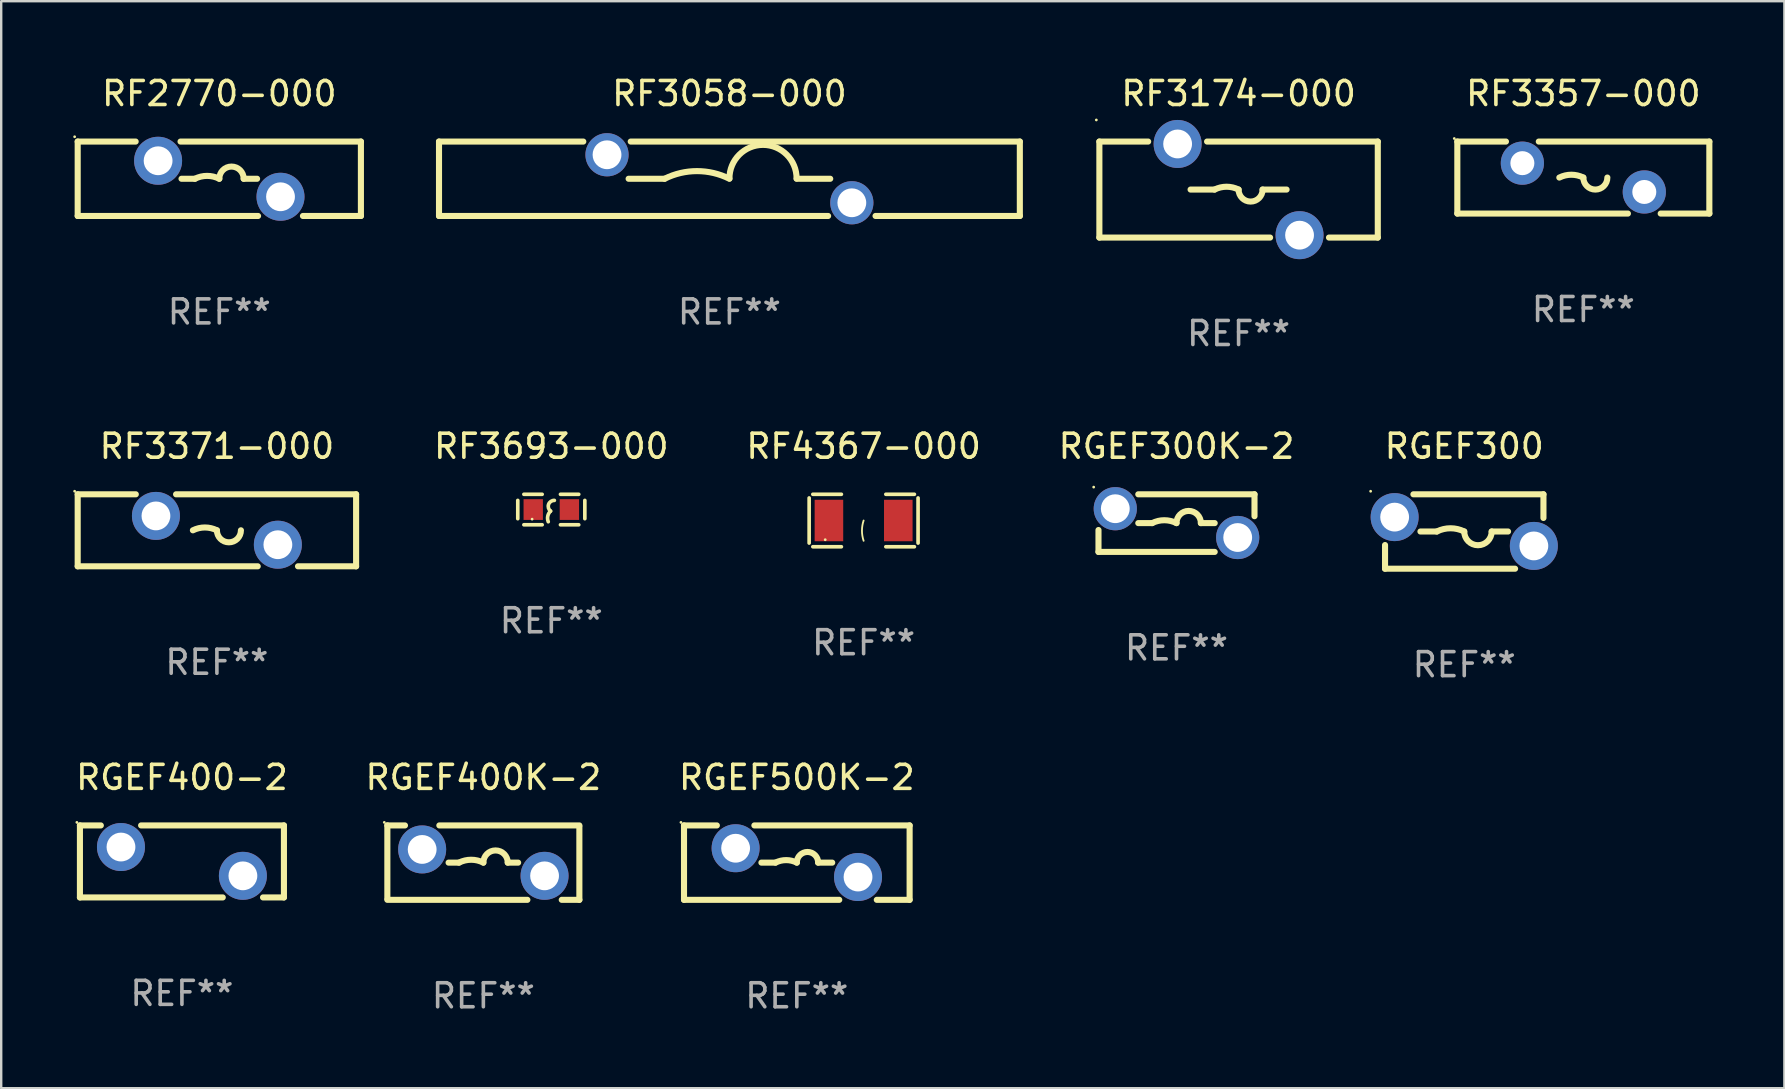
<source format=kicad_pcb>
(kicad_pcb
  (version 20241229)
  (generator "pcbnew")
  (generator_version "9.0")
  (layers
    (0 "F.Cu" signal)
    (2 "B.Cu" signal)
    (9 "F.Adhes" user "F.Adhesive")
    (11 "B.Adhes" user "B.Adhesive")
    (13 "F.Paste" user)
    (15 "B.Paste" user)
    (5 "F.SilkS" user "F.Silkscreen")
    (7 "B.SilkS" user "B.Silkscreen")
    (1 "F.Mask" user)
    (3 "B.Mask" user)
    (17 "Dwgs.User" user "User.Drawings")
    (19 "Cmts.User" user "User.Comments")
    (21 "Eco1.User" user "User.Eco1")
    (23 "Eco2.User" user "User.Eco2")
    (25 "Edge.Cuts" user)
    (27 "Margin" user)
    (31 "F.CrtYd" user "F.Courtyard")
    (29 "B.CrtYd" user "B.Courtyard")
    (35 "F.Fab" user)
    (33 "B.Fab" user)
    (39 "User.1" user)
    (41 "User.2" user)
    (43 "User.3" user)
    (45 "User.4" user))
  (footprint "RF2770-000"
    (layer "F.Cu")
    (at 6.087 4.398)
    (property "Reference" "RF2770-000" (at 0 -3.55 0) (layer "F.SilkS") (effects (font (size 1 1) (thickness 0.15))))
    (attr through_hole)
    (fp_line (start -5.9 -1.55) (end -3.485 -1.55) (stroke (width 0.254) (type solid)) (layer "F.SilkS"))
    (fp_line (start -5.9 1.55) (end -5.9 -1.55) (stroke (width 0.254) (type solid)) (layer "F.SilkS"))
    (fp_line (start -5.9 1.55) (end 1.615 1.55) (stroke (width 0.254) (type solid)) (layer "F.SilkS"))
    (fp_line (start -1.615 -1.55) (end 5.9 -1.55) (stroke (width 0.254) (type solid)) (layer "F.SilkS"))
    (fp_line (start -1.574 0) (end -1.016 0) (stroke (width 0.254) (type solid)) (layer "F.SilkS"))
    (fp_line (start 1.574 0) (end 1.016 0) (stroke (width 0.254) (type solid)) (layer "F.SilkS"))
    (fp_line (start 3.485 1.55) (end 5.9 1.55) (stroke (width 0.254) (type solid)) (layer "F.SilkS"))
    (fp_line (start 5.9 -1.55) (end 5.9 1.55) (stroke (width 0.254) (type solid)) (layer "F.SilkS"))
    (fp_arc (start -1.016002 0) (mid -0.508001 -0.119923) (end 0 0) (stroke (width 0.254001) (type solid)) (layer "F.SilkS"))
    (fp_arc (start 0 0) (mid 0.508001 -0.508001) (end 1.016002 0) (stroke (width 0.254001) (type solid)) (layer "F.SilkS"))
    (fp_circle (center -6.027 -1.75) (end -5.997 -1.75) (stroke (width 0.06) (type solid)) (fill no) (layer "F.SilkS"))
    (fp_text user "REF**" (at 0 5.55 0) (layer "F.Fab") (effects (font (size 1 1) (thickness 0.15))))
    (pad "1" thru_hole circle (at -2.55 -0.75) (size 2 2) (drill 1.2) (layers "*.Cu" "*.Mask"))
    (pad "2" thru_hole circle (at 2.55 0.75) (size 2 2) (drill 1.2) (layers "*.Cu" "*.Mask")))
  (footprint "RF4367-000"
    (layer "F.Cu")
    (at 32.932 18.637)
    (property "Reference" "RF4367-000" (at 0 -3.093 0) (layer "F.SilkS") (effects (font (size 1 1) (thickness 0.15))))
    (attr through_hole)
    (fp_line (start -2.269 -0.94) (end -2.269 0.94) (stroke (width 0.152) (type solid)) (layer "F.SilkS"))
    (fp_line (start -2.116 1.093) (end -0.926 1.093) (stroke (width 0.152) (type solid)) (layer "F.SilkS"))
    (fp_line (start -0.926 -1.093) (end -2.116 -1.093) (stroke (width 0.152) (type solid)) (layer "F.SilkS"))
    (fp_line (start 0.926 -1.093) (end 2.116 -1.093) (stroke (width 0.152) (type solid)) (layer "F.SilkS"))
    (fp_line (start 2.116 1.093) (end 0.926 1.093) (stroke (width 0.152) (type solid)) (layer "F.SilkS"))
    (fp_line (start 2.269 -0.94) (end 2.269 0.94) (stroke (width 0.152) (type solid)) (layer "F.SilkS"))
    (fp_arc (start 0 0.844951) (mid -0.068559 0.422475) (end 0 0) (stroke (width 0.0762) (type solid)) (layer "F.SilkS"))
    (fp_circle (center -1.6 0.8) (end -1.57 0.8) (stroke (width 0.06) (type solid)) (fill no) (layer "F.SilkS"))
    (fp_text user "REF**" (at 0 5.093 0) (layer "F.Fab") (effects (font (size 1 1) (thickness 0.15))))
    (pad "1" smd rect (at -1.445 0) (size 1.19 1.728) (layers "F.Cu" "F.Mask" "F.Paste"))
    (pad "2" smd rect (at 1.445 0) (size 1.19 1.728) (layers "F.Cu" "F.Mask" "F.Paste")))
  (footprint "RF3058-000"
    (layer "F.Cu")
    (at 27.341 4.398)
    (property "Reference" "RF3058-000" (at 0 -3.55 0) (layer "F.SilkS") (effects (font (size 1 1) (thickness 0.15))))
    (attr through_hole)
    (fp_line (start -12.1 -1.55) (end -6.088 -1.55) (stroke (width 0.254) (type solid)) (layer "F.SilkS"))
    (fp_line (start -12.1 1.55) (end -12.1 -1.55) (stroke (width 0.254) (type solid)) (layer "F.SilkS"))
    (fp_line (start -4.112 -1.55) (end 12.1 -1.55) (stroke (width 0.254) (type solid)) (layer "F.SilkS"))
    (fp_line (start -2.7 -0.000013) (end -4.2 -0.000013) (stroke (width 0.254) (type solid)) (layer "F.SilkS"))
    (fp_line (start 2.8 -0.000013) (end 4.2 -0.000013) (stroke (width 0.254) (type solid)) (layer "F.SilkS"))
    (fp_line (start 4.112 1.55) (end -12.1 1.55) (stroke (width 0.254) (type solid)) (layer "F.SilkS"))
    (fp_line (start 12.1 -1.55) (end 12.1 1.55) (stroke (width 0.254) (type solid)) (layer "F.SilkS"))
    (fp_line (start 12.1 1.55) (end 6.088 1.55) (stroke (width 0.254) (type solid)) (layer "F.SilkS"))
    (fp_arc (start -2.700025 -0.000013) (mid -1.350012 -0.318707) (end 0.000001 -0.000012) (stroke (width 0.254001) (type solid)) (layer "F.SilkS"))
    (fp_arc (start 0 -0.012713) (mid 1.399543 -1.411748) (end 2.799086 -0.012713) (stroke (width 0.254001) (type solid)) (layer "F.SilkS"))
    (fp_circle (center -12.1 -1.55) (end -12.07 -1.55) (stroke (width 0.06) (type solid)) (fill no) (layer "F.SilkS"))
    (fp_text user "REF**" (at 0 5.55 0) (layer "F.Fab") (effects (font (size 1 1) (thickness 0.15))))
    (pad "1" thru_hole circle (at -5.1 -1) (size 1.8 1.8) (drill 1.2) (layers "*.Cu" "*.Mask"))
    (pad "2" thru_hole circle (at 5.1 1) (size 1.8 1.8) (drill 1.2) (layers "*.Cu" "*.Mask")))
  (footprint "RGEF300K-2"
    (layer "F.Cu")
    (at 45.968 18.745)
    (property "Reference" "RGEF300K-2" (at 0 -3.2 0) (layer "F.SilkS") (effects (font (size 1 1) (thickness 0.15))))
    (attr through_hole)
    (fp_line (start -3.25 1.2) (end -3.25 0.288) (stroke (width 0.254) (type solid)) (layer "F.SilkS"))
    (fp_line (start -3.25 1.2) (end 1.592 1.2) (stroke (width 0.254) (type solid)) (layer "F.SilkS"))
    (fp_line (start -1.592 0) (end -1.016 0) (stroke (width 0.254) (type solid)) (layer "F.SilkS"))
    (fp_line (start 1.592 0) (end 1.016 0) (stroke (width 0.254) (type solid)) (layer "F.SilkS"))
    (fp_line (start 3.25 -1.2) (end -1.592 -1.2) (stroke (width 0.254) (type solid)) (layer "F.SilkS"))
    (fp_line (start 3.25 -0.288) (end 3.25 -1.2) (stroke (width 0.254) (type solid)) (layer "F.SilkS"))
    (fp_arc (start -1.016002 0) (mid -0.508001 -0.119923) (end 0 0) (stroke (width 0.254001) (type solid)) (layer "F.SilkS"))
    (fp_arc (start 0 0) (mid 0.508001 -0.508001) (end 1.016002 0) (stroke (width 0.254001) (type solid)) (layer "F.SilkS"))
    (fp_circle (center -3.45 -1.5) (end -3.42 -1.5) (stroke (width 0.06) (type solid)) (fill no) (layer "F.SilkS"))
    (fp_text user "REF**" (at 0 5.2 0) (layer "F.Fab") (effects (font (size 1 1) (thickness 0.15))))
    (pad "1" thru_hole circle (at -2.55 -0.6) (size 1.8 1.8) (drill 1.2) (layers "*.Cu" "*.Mask"))
    (pad "2" thru_hole circle (at 2.55 0.6) (size 1.8 1.8) (drill 1.2) (layers "*.Cu" "*.Mask")))
  (footprint "RF3357-000"
    (layer "F.Cu")
    (at 62.919 4.348)
    (property "Reference" "RF3357-000" (at 0 -3.5 0) (layer "F.SilkS") (effects (font (size 1 1) (thickness 0.15))))
    (attr through_hole)
    (fp_line (start -5.25 -1.5) (end -3.224 -1.5) (stroke (width 0.254) (type solid)) (layer "F.SilkS"))
    (fp_line (start -5.25 1.5) (end -5.25 -1.5) (stroke (width 0.254) (type solid)) (layer "F.SilkS"))
    (fp_line (start -1.856 -1.5) (end 5.25 -1.5) (stroke (width 0.254) (type solid)) (layer "F.SilkS"))
    (fp_line (start 1.857 1.5) (end -5.25 1.5) (stroke (width 0.254) (type solid)) (layer "F.SilkS"))
    (fp_line (start 5.25 -1.5) (end 5.25 1.5) (stroke (width 0.254) (type solid)) (layer "F.SilkS"))
    (fp_line (start 5.25 1.5) (end 3.223 1.5) (stroke (width 0.254) (type solid)) (layer "F.SilkS"))
    (fp_arc (start -1 -0.000127) (mid -0.5 -0.118148) (end 0 -0.000127) (stroke (width 0.254001) (type solid)) (layer "F.SilkS"))
    (fp_arc (start 1.000762 -0.000127) (mid 0.500381 0.5) (end 0 -0.000127) (stroke (width 0.254001) (type solid)) (layer "F.SilkS"))
    (fp_circle (center -5.377 -1.627) (end -5.347 -1.627) (stroke (width 0.06) (type solid)) (fill no) (layer "F.SilkS"))
    (fp_text user "REF**" (at 0 5.5 0) (layer "F.Fab") (effects (font (size 1 1) (thickness 0.15))))
    (pad "1" thru_hole circle (at -2.54 -0.6) (size 1.8 1.8) (drill 1) (layers "*.Cu" "*.Mask"))
    (pad "2" thru_hole circle (at 2.54 0.6) (size 1.8 1.8) (drill 1) (layers "*.Cu" "*.Mask")))
  (footprint "RGEF500K-2"
    (layer "F.Cu")
    (at 30.149 32.891)
    (property "Reference" "RGEF500K-2" (at 0 -3.55 0) (layer "F.SilkS") (effects (font (size 1 1) (thickness 0.15))))
    (attr through_hole)
    (fp_line (start -4.7 -1.55) (end -4.7 1.55) (stroke (width 0.254) (type solid)) (layer "F.SilkS"))
    (fp_line (start -4.7 1.55) (end 1.768 1.55) (stroke (width 0.254) (type solid)) (layer "F.SilkS"))
    (fp_line (start -3.332 -1.55) (end -4.7 -1.55) (stroke (width 0.254) (type solid)) (layer "F.SilkS"))
    (fp_line (start -1.475 0) (end -0.889 0) (stroke (width 0.254) (type solid)) (layer "F.SilkS"))
    (fp_line (start 1.475 0) (end 0.889 0) (stroke (width 0.254) (type solid)) (layer "F.SilkS"))
    (fp_line (start 3.332 1.55) (end 4.7 1.55) (stroke (width 0.254) (type solid)) (layer "F.SilkS"))
    (fp_line (start 4.7 -1.55) (end -1.768 -1.55) (stroke (width 0.254) (type solid)) (layer "F.SilkS"))
    (fp_line (start 4.7 -1.55) (end 4.7 1.55) (stroke (width 0.254) (type solid)) (layer "F.SilkS"))
    (fp_arc (start -0.889002 0) (mid -0.444501 -0.104932) (end 0 0) (stroke (width 0.254001) (type solid)) (layer "F.SilkS"))
    (fp_arc (start 0 0) (mid 0.444501 -0.444501) (end 0.889002 0) (stroke (width 0.254001) (type solid)) (layer "F.SilkS"))
    (fp_circle (center -4.827 -1.677) (end -4.797 -1.677) (stroke (width 0.06) (type solid)) (fill no) (layer "F.SilkS"))
    (fp_text user "REF**" (at 0 5.55 0) (layer "F.Fab") (effects (font (size 1 1) (thickness 0.15))))
    (pad "1" thru_hole circle (at -2.55 -0.6) (size 2 2) (drill 1.2) (layers "*.Cu" "*.Mask"))
    (pad "2" thru_hole circle (at 2.55 0.6) (size 2 2) (drill 1.2) (layers "*.Cu" "*.Mask")))
  (footprint "RF3371-000"
    (layer "F.Cu")
    (at 5.987 19.045)
    (property "Reference" "RF3371-000" (at 0 -3.5 0) (layer "F.SilkS") (effects (font (size 1 1) (thickness 0.15))))
    (attr through_hole)
    (fp_line (start -5.8 -1.5) (end -5.8 1.5) (stroke (width 0.254) (type solid)) (layer "F.SilkS"))
    (fp_line (start -5.8 -1.5) (end -3.379 -1.5) (stroke (width 0.254) (type solid)) (layer "F.SilkS"))
    (fp_line (start -1.701 -1.5) (end 5.8 -1.5) (stroke (width 0.254) (type solid)) (layer "F.SilkS"))
    (fp_line (start 1.701 1.5) (end -5.8 1.5) (stroke (width 0.254) (type solid)) (layer "F.SilkS"))
    (fp_line (start 5.8 -1.5) (end 5.8 1.5) (stroke (width 0.254) (type solid)) (layer "F.SilkS"))
    (fp_line (start 5.8 1.5) (end 3.379 1.5) (stroke (width 0.254) (type solid)) (layer "F.SilkS"))
    (fp_arc (start -1 0) (mid -0.5 -0.118021) (end 0 0) (stroke (width 0.254001) (type solid)) (layer "F.SilkS"))
    (fp_arc (start 1.000762 0) (mid 0.500381 0.500127) (end 0 0) (stroke (width 0.254001) (type solid)) (layer "F.SilkS"))
    (fp_circle (center -5.927 -1.627) (end -5.897 -1.627) (stroke (width 0.06) (type solid)) (fill no) (layer "F.SilkS"))
    (fp_text user "REF**" (at 0 5.5 0) (layer "F.Fab") (effects (font (size 1 1) (thickness 0.15))))
    (pad "1" thru_hole circle (at -2.54 -0.6) (size 2 2) (drill 1.2) (layers "*.Cu" "*.Mask"))
    (pad "2" thru_hole circle (at 2.54 0.6) (size 2 2) (drill 1.2) (layers "*.Cu" "*.Mask")))
  (footprint "RGEF400K-2"
    (layer "F.Cu")
    (at 17.089 32.891)
    (property "Reference" "RGEF400K-2" (at 0 -3.55 0) (layer "F.SilkS") (effects (font (size 1 1) (thickness 0.15))))
    (attr through_hole)
    (fp_line (start -4 -1.55) (end -3.266 -1.55) (stroke (width 0.254) (type solid)) (layer "F.SilkS"))
    (fp_line (start -4 1.5) (end -4 -1.55) (stroke (width 0.254) (type solid)) (layer "F.SilkS"))
    (fp_line (start -1.834 -1.55) (end 4 -1.55) (stroke (width 0.254) (type solid)) (layer "F.SilkS"))
    (fp_line (start -1.449 0) (end -1.016 0) (stroke (width 0.254) (type solid)) (layer "F.SilkS"))
    (fp_line (start 1.449 0) (end 1.016 0) (stroke (width 0.254) (type solid)) (layer "F.SilkS"))
    (fp_line (start 1.834 1.55) (end -4 1.55) (stroke (width 0.254) (type solid)) (layer "F.SilkS"))
    (fp_line (start 4 -1.5) (end 4 1.55) (stroke (width 0.254) (type solid)) (layer "F.SilkS"))
    (fp_line (start 4 1.55) (end 3.266 1.55) (stroke (width 0.254) (type solid)) (layer "F.SilkS"))
    (fp_arc (start -1.016002 0) (mid -0.508001 -0.119923) (end 0 0) (stroke (width 0.254001) (type solid)) (layer "F.SilkS"))
    (fp_arc (start 0 0) (mid 0.508001 -0.508001) (end 1.016002 0) (stroke (width 0.254001) (type solid)) (layer "F.SilkS"))
    (fp_circle (center -4.127 -1.677) (end -4.097 -1.677) (stroke (width 0.06) (type solid)) (fill no) (layer "F.SilkS"))
    (fp_text user "REF**" (at 0 5.55 0) (layer "F.Fab") (effects (font (size 1 1) (thickness 0.15))))
    (pad "1" thru_hole circle (at -2.55 -0.55) (size 2 2) (drill 1.2) (layers "*.Cu" "*.Mask"))
    (pad "2" thru_hole circle (at 2.55 0.55) (size 2 2) (drill 1.2) (layers "*.Cu" "*.Mask")))
  (footprint "RGEF400-2"
    (layer "F.Cu")
    (at 4.53 32.841)
    (property "Reference" "RGEF400-2" (at 0 -3.5 0) (layer "F.SilkS") (effects (font (size 1 1) (thickness 0.15))))
    (attr through_hole)
    (fp_line (start -4.25 -1.5) (end -4.25 1.5) (stroke (width 0.254) (type solid)) (layer "F.SilkS"))
    (fp_line (start -4.25 -1.5) (end -3.379 -1.5) (stroke (width 0.254) (type solid)) (layer "F.SilkS"))
    (fp_line (start -4.25 1.5) (end 1.701 1.5) (stroke (width 0.254) (type solid)) (layer "F.SilkS"))
    (fp_line (start -1.701 -1.5) (end 4.25 -1.5) (stroke (width 0.254) (type solid)) (layer "F.SilkS"))
    (fp_line (start 3.379 1.5) (end 4.25 1.5) (stroke (width 0.254) (type solid)) (layer "F.SilkS"))
    (fp_line (start 4.25 -1.5) (end 4.25 1.5) (stroke (width 0.254) (type solid)) (layer "F.SilkS"))
    (fp_circle (center -4.377 -1.627) (end -4.347 -1.627) (stroke (width 0.06) (type solid)) (fill no) (layer "F.SilkS"))
    (fp_text user "REF**" (at 0 5.5 0) (layer "F.Fab") (effects (font (size 1 1) (thickness 0.15))))
    (pad "1" thru_hole circle (at -2.54 -0.6) (size 2 2) (drill 1.2) (layers "*.Cu" "*.Mask"))
    (pad "2" thru_hole circle (at 2.54 0.6) (size 2 2) (drill 1.2) (layers "*.Cu" "*.Mask")))
  (footprint "RF3693-000"
    (layer "F.Cu")
    (at 19.92 18.18)
    (property "Reference" "RF3693-000" (at 0 -2.635 0) (layer "F.SilkS") (effects (font (size 1 1) (thickness 0.15))))
    (attr through_hole)
    (fp_line (start -1.397 -0.381) (end -1.397 0.381) (stroke (width 0.152) (type solid)) (layer "F.SilkS"))
    (fp_line (start -0.381 -0.635) (end -1.143 -0.635) (stroke (width 0.152) (type solid)) (layer "F.SilkS"))
    (fp_line (start -0.381 0.635) (end -1.143 0.635) (stroke (width 0.152) (type solid)) (layer "F.SilkS"))
    (fp_line (start 0.381 -0.635) (end 1.143 -0.635) (stroke (width 0.152) (type solid)) (layer "F.SilkS"))
    (fp_line (start 0.381 0.635) (end 1.143 0.635) (stroke (width 0.152) (type solid)) (layer "F.SilkS"))
    (fp_line (start 1.397 -0.381) (end 1.397 0.381) (stroke (width 0.152) (type solid)) (layer "F.SilkS"))
    (fp_arc (start -0.127 0.508001) (mid -0.146523 0.271131) (end -0.030861 0.0635) (stroke (width 0.151994) (type solid)) (layer "F.SilkS"))
    (fp_arc (start -0.03175 0.0635) (mid -0.113571 -0.216321) (end 0.127001 -0.381002) (stroke (width 0.151994) (type solid)) (layer "F.SilkS"))
    (fp_circle (center -0.8 0.4) (end -0.77 0.4) (stroke (width 0.06) (type solid)) (fill no) (layer "F.SilkS"))
    (fp_text user "REF**" (at 0 4.635 0) (layer "F.Fab") (effects (font (size 1 1) (thickness 0.15))))
    (pad "1" smd rect (at -0.753 0) (size 0.806 0.864) (layers "F.Cu" "F.Mask" "F.Paste"))
    (pad "2" smd rect (at 0.753 0) (size 0.806 0.864) (layers "F.Cu" "F.Mask" "F.Paste")))
  (footprint "RF3174-000"
    (layer "F.Cu")
    (at 48.555 4.848)
    (property "Reference" "RF3174-000" (at 0 -4 0) (layer "F.SilkS") (effects (font (size 1 1) (thickness 0.15))))
    (attr through_hole)
    (fp_line (start -5.8 -2) (end -5.8 2) (stroke (width 0.254) (type solid)) (layer "F.SilkS"))
    (fp_line (start -5.8 -2) (end -3.767 -2) (stroke (width 0.254) (type solid)) (layer "F.SilkS"))
    (fp_line (start -5.8 2) (end 1.313 2) (stroke (width 0.254) (type solid)) (layer "F.SilkS"))
    (fp_line (start -1.313 -2) (end 5.8 -2) (stroke (width 0.254) (type solid)) (layer "F.SilkS"))
    (fp_line (start -1 0) (end -2 0) (stroke (width 0.254) (type solid)) (layer "F.SilkS"))
    (fp_line (start 1 0) (end 2 0) (stroke (width 0.254) (type solid)) (layer "F.SilkS"))
    (fp_line (start 3.767 2) (end 5.8 2) (stroke (width 0.254) (type solid)) (layer "F.SilkS"))
    (fp_line (start 5.8 -2) (end 5.8 2) (stroke (width 0.254) (type solid)) (layer "F.SilkS"))
    (fp_arc (start -1 0) (mid -0.5 -0.118021) (end 0 0) (stroke (width 0.254001) (type solid)) (layer "F.SilkS"))
    (fp_arc (start 1.000762 0) (mid 0.500381 0.500127) (end 0 0) (stroke (width 0.254001) (type solid)) (layer "F.SilkS"))
    (fp_circle (center -5.927 -2.9) (end -5.897 -2.9) (stroke (width 0.06) (type solid)) (fill no) (layer "F.SilkS"))
    (fp_text user "REF**" (at 0 6 0) (layer "F.Fab") (effects (font (size 1 1) (thickness 0.15))))
    (pad "1" thru_hole circle (at -2.54 -1.9) (size 2 2) (drill 1.2) (layers "*.Cu" "*.Mask"))
    (pad "2" thru_hole circle (at 2.54 1.9) (size 2 2) (drill 1.2) (layers "*.Cu" "*.Mask")))
  (footprint "RGEF300"
    (layer "F.Cu")
    (at 57.957 19.095)
    (property "Reference" "RGEF300" (at 0 -3.55 0) (layer "F.SilkS") (effects (font (size 1 1) (thickness 0.15))))
    (attr through_hole)
    (fp_line (start -3.3 1.55) (end -3.3 0.564) (stroke (width 0.254) (type solid)) (layer "F.SilkS"))
    (fp_line (start -2.118 -1.55) (end 3.3 -1.55) (stroke (width 0.254) (type solid)) (layer "F.SilkS"))
    (fp_line (start -1.825 0) (end -1.143 0) (stroke (width 0.254) (type solid)) (layer "F.SilkS"))
    (fp_line (start 1.825 0) (end 1.143 0) (stroke (width 0.254) (type solid)) (layer "F.SilkS"))
    (fp_line (start 2.118 1.55) (end -3.3 1.55) (stroke (width 0.254) (type solid)) (layer "F.SilkS"))
    (fp_line (start 3.3 -1.55) (end 3.3 -0.564) (stroke (width 0.254) (type solid)) (layer "F.SilkS"))
    (fp_arc (start -1.143002 0) (mid -0.571501 -0.134913) (end 0 0) (stroke (width 0.254001) (type solid)) (layer "F.SilkS"))
    (fp_arc (start 1.143002 0) (mid 0.571501 0.571501) (end 0 0) (stroke (width 0.254001) (type solid)) (layer "F.SilkS"))
    (fp_circle (center -3.9 -1.677) (end -3.87 -1.677) (stroke (width 0.06) (type solid)) (fill no) (layer "F.SilkS"))
    (fp_text user "REF**" (at 0 5.55 0) (layer "F.Fab") (effects (font (size 1 1) (thickness 0.15))))
    (pad "1" thru_hole circle (at -2.9 -0.6) (size 2 2) (drill 1.2) (layers "*.Cu" "*.Mask"))
    (pad "2" thru_hole circle (at 2.9 0.6) (size 2 2) (drill 1.2) (layers "*.Cu" "*.Mask")))
  (gr_rect
    (start -3 -3)
    (end 71.296 42.289)
    (stroke (width 0.1) (type default))
    (fill no)
    (layer "Edge.Cuts")))
</source>
